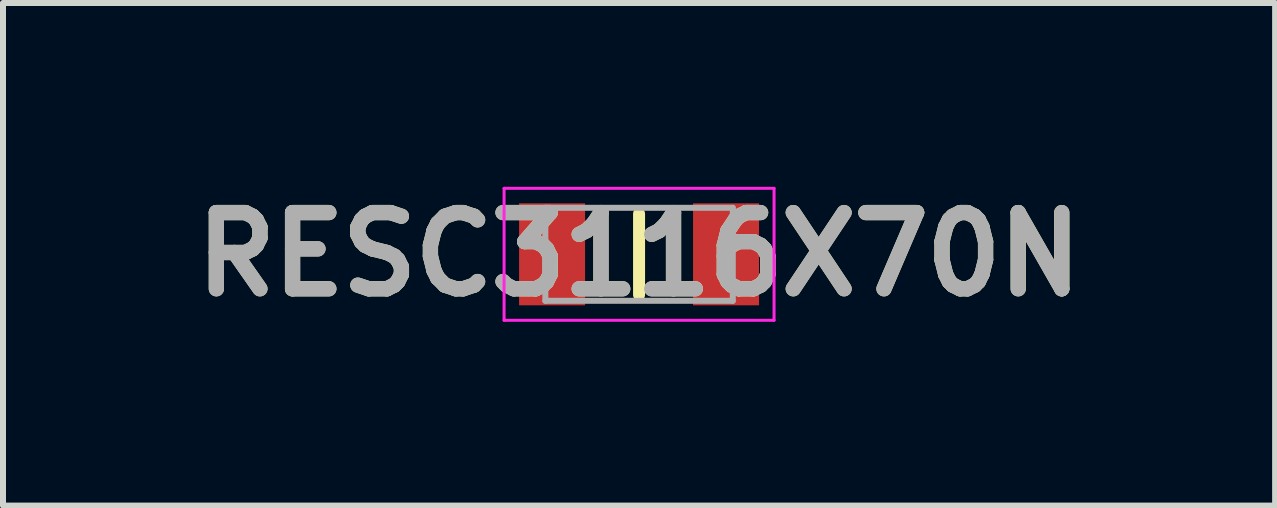
<source format=kicad_pcb>
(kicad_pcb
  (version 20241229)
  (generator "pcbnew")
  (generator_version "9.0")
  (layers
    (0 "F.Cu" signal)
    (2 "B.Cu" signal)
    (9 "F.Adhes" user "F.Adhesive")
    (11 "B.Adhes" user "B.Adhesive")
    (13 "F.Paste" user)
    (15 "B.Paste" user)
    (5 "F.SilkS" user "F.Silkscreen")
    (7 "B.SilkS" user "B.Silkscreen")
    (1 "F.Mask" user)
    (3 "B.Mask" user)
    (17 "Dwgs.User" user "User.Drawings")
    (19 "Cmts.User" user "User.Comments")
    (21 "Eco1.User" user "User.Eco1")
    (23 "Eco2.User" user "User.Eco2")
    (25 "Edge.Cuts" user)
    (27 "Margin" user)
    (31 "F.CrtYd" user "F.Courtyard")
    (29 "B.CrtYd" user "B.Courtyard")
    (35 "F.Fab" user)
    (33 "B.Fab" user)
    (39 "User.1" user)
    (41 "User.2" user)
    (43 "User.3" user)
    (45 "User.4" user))
  (footprint "RESC3116X70N"
    (layer "F.Cu")
    (at 7.602 1.189)
    (property "Reference" "RESC3116X70N" (at 0 0 0) (layer "F.SilkS") (effects (font (size 1.27 1.27) (thickness 0.254))))
    (attr smd)
    (fp_line (start 0 -0.675) (end 0 0.675) (stroke (width 0.2) (type solid)) (layer "F.SilkS"))
    (fp_line (start -2.25 -1.1) (end 2.25 -1.1) (stroke (width 0.05) (type solid)) (layer "F.CrtYd"))
    (fp_line (start -2.25 1.1) (end -2.25 -1.1) (stroke (width 0.05) (type solid)) (layer "F.CrtYd"))
    (fp_line (start 2.25 -1.1) (end 2.25 1.1) (stroke (width 0.05) (type solid)) (layer "F.CrtYd"))
    (fp_line (start 2.25 1.1) (end -2.25 1.1) (stroke (width 0.05) (type solid)) (layer "F.CrtYd"))
    (fp_line (start -1.562 -0.775) (end 1.562 -0.775) (stroke (width 0.1) (type solid)) (layer "F.Fab"))
    (fp_line (start -1.562 0.775) (end -1.562 -0.775) (stroke (width 0.1) (type solid)) (layer "F.Fab"))
    (fp_line (start 1.562 -0.775) (end 1.562 0.775) (stroke (width 0.1) (type solid)) (layer "F.Fab"))
    (fp_line (start 1.562 0.775) (end -1.562 0.775) (stroke (width 0.1) (type solid)) (layer "F.Fab"))
    (fp_text user "${REFERENCE}" (at 0 0 0) (layer "F.Fab") (effects (font (size 1.27 1.27) (thickness 0.254))))
    (pad "1" smd rect (at -1.45 0) (size 1.1 1.7) (layers "F.Cu" "F.Mask" "F.Paste"))
    (pad "2" smd rect (at 1.45 0) (size 1.1 1.7) (layers "F.Cu" "F.Mask" "F.Paste")))
  (gr_rect
    (start -3 -3)
    (end 18.204 5.377)
    (stroke (width 0.1) (type default))
    (fill no)
    (layer "Edge.Cuts")))
</source>
